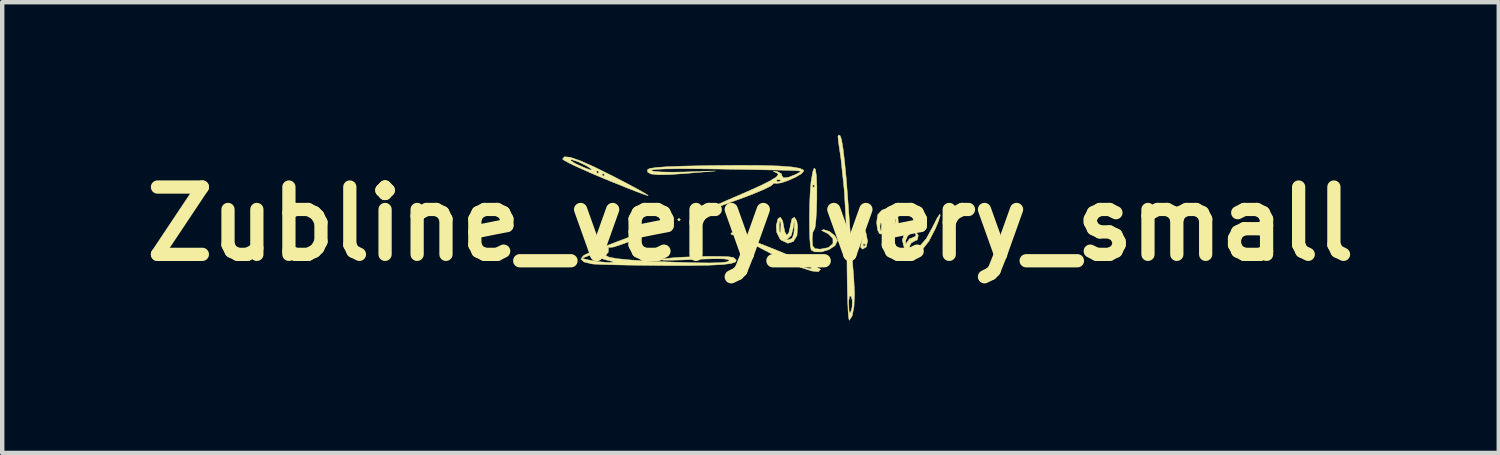
<source format=kicad_pcb>
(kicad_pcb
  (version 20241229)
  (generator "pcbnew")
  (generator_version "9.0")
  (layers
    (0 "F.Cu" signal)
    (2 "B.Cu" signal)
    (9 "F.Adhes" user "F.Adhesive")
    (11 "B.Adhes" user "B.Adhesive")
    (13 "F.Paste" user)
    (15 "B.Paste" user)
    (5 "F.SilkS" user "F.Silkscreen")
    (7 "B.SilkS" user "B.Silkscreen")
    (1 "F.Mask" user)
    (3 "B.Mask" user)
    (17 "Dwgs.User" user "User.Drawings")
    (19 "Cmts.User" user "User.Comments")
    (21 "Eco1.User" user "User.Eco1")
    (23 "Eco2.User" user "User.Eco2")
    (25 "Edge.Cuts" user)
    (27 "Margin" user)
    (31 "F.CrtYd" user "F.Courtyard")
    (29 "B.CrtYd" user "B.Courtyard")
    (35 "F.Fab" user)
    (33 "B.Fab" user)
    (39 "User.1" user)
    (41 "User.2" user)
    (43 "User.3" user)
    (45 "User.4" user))
  (footprint "Zubline_very_very_small"
    (layer "F.Cu")
    (at 13.941 2.019)
    (property "Reference" "Zubline_very_very_small" (at 0 0 0) (layer "F.SilkS") (effects (font (size 1.524 1.524) (thickness 0.3))))
    (attr through_hole)
    (fp_poly (pts (xy -1.587 -0.095) (xy -1.619 -0.064) (xy -1.651 -0.095) (xy -1.619 -0.127) (xy -1.587 -0.095)) (stroke (width 0.01) (type solid)) (fill yes) (layer "F.SilkS"))
    (fp_poly (pts (xy -1.016 -0.286) (xy -1.048 -0.254) (xy -1.079 -0.286) (xy -1.048 -0.318) (xy -1.016 -0.286)) (stroke (width 0.01) (type solid)) (fill yes) (layer "F.SilkS"))
    (fp_poly (pts (xy -0.381 0.222) (xy -0.413 0.254) (xy -0.445 0.222) (xy -0.413 0.191) (xy -0.381 0.222)) (stroke (width 0.01) (type solid)) (fill yes) (layer "F.SilkS"))
    (fp_poly (pts (xy -1.736 -0.042) (xy -1.744 -0.005) (xy -1.778 0) (xy -1.83 -0.023) (xy -1.82 -0.042) (xy -1.745 -0.05) (xy -1.736 -0.042)) (stroke (width 0.01) (type solid)) (fill yes) (layer "F.SilkS"))
    (fp_poly (pts (xy 2.65 -0.102) (xy 2.631 -0.073) (xy 2.566 -0.069) (xy 2.499 -0.084) (xy 2.528 -0.107) (xy 2.627 -0.114) (xy 2.65 -0.102)) (stroke (width 0.01) (type solid)) (fill yes) (layer "F.SilkS"))
    (fp_poly (pts (xy 2.615 0.208) (xy 2.651 0.391) (xy 2.62 0.523) (xy 2.535 0.572) (xy 2.492 0.525) (xy 2.501 0.476) (xy 2.54 0.476) (xy 2.572 0.508) (xy 2.603 0.476) (xy 2.572 0.445) (xy 2.54 0.476) (xy 2.501 0.476) (xy 2.501 0.471) (xy 2.533 0.331) (xy 2.545 0.201) (xy 2.55 0.032) (xy 2.615 0.208)) (stroke (width 0.01) (type solid)) (fill yes) (layer "F.SilkS"))
    (fp_poly (pts (xy 2.032 -1.992) (xy 2.062 -1.904) (xy 2.095 -1.704) (xy 2.131 -1.405) (xy 2.168 -1.02) (xy 2.198 -0.627) (xy 2.23 -0.191) (xy 2.262 0.242) (xy 2.292 0.642) (xy 2.318 0.976) (xy 2.338 1.215) (xy 2.356 1.58) (xy 2.343 1.876) (xy 2.301 2.084) (xy 2.237 2.182) (xy 2.223 2.13) (xy 2.21 1.97) (xy 2.202 1.794) (xy 2.223 1.794) (xy 2.231 1.968) (xy 2.251 2.025) (xy 2.282 1.962) (xy 2.301 1.877) (xy 2.304 1.725) (xy 2.277 1.639) (xy 2.242 1.631) (xy 2.225 1.742) (xy 2.223 1.794) (xy 2.202 1.794) (xy 2.199 1.72) (xy 2.191 1.398) (xy 2.186 1.022) (xy 2.186 0.931) (xy 2.169 0.044) (xy 2.124 -0.746) (xy 2.049 -1.468) (xy 1.994 -1.841) (xy 1.98 -1.981) (xy 2.003 -2.014) (xy 2.032 -1.992)) (stroke (width 0.01) (type solid)) (fill yes) (layer "F.SilkS"))
    (fp_poly (pts (xy 4.295 -0.19) (xy 4.249 -0.047) (xy 4.188 0.102) (xy 4.038 0.393) (xy 3.882 0.59) (xy 3.731 0.686) (xy 3.595 0.676) (xy 3.487 0.551) (xy 3.479 0.535) (xy 3.441 0.382) (xy 3.513 0.382) (xy 3.513 0.464) (xy 3.533 0.429) (xy 3.533 0.429) (xy 3.603 0.334) (xy 3.656 0.318) (xy 3.737 0.279) (xy 3.747 0.249) (xy 3.713 0.187) (xy 3.637 0.202) (xy 3.558 0.271) (xy 3.513 0.373) (xy 3.513 0.382) (xy 3.441 0.382) (xy 3.437 0.365) (xy 3.471 0.265) (xy 3.577 0.177) (xy 3.699 0.168) (xy 3.786 0.235) (xy 3.798 0.27) (xy 3.775 0.364) (xy 3.727 0.381) (xy 3.637 0.434) (xy 3.602 0.503) (xy 3.6 0.592) (xy 3.674 0.589) (xy 3.839 0.496) (xy 3.982 0.331) (xy 4.126 0.067) (xy 4.127 0.064) (xy 4.229 -0.137) (xy 4.287 -0.221) (xy 4.295 -0.19)) (stroke (width 0.01) (type solid)) (fill yes) (layer "F.SilkS"))
    (fp_poly (pts (xy 0.998 -0.145) (xy 0.972 0.075) (xy 0.922 0.261) (xy 0.838 0.342) (xy 0.784 0.363) (xy 0.852 0.361) (xy 0.857 0.361) (xy 0.943 0.327) (xy 0.982 0.224) (xy 0.992 0.095) (xy 0.999 -0.143) (xy 1.046 -0.07) (xy 1.068 0.052) (xy 1.052 0.264) (xy 0.971 0.398) (xy 0.846 0.438) (xy 0.698 0.369) (xy 0.668 0.341) (xy 0.592 0.187) (xy 0.585 0.064) (xy 0.65 0.064) (xy 0.656 0.179) (xy 0.673 0.193) (xy 0.679 0.175) (xy 0.689 0.014) (xy 0.679 -0.048) (xy 0.66 -0.067) (xy 0.65 0.02) (xy 0.65 0.064) (xy 0.585 0.064) (xy 0.584 0.04) (xy 0.621 -0.115) (xy 0.677 -0.151) (xy 0.729 -0.068) (xy 0.75 0.048) (xy 0.779 0.188) (xy 0.821 0.253) (xy 0.826 0.254) (xy 0.869 0.198) (xy 0.899 0.063) (xy 0.901 0.048) (xy 0.938 -0.112) (xy 0.994 -0.151) (xy 0.998 -0.145)) (stroke (width 0.01) (type solid)) (fill yes) (layer "F.SilkS"))
    (fp_poly (pts (xy -0.148 0.311) (xy 0.059 0.387) (xy 0.318 0.487) (xy 0.603 0.601) (xy 0.891 0.719) (xy 1.158 0.831) (xy 1.379 0.927) (xy 1.53 0.997) (xy 1.587 1.032) (xy 1.587 1.032) (xy 1.536 1.082) (xy 1.385 1.066) (xy 1.144 0.987) (xy 0.821 0.847) (xy 0.712 0.794) (xy 0.826 0.794) (xy 0.857 0.826) (xy 0.863 0.82) (xy 0.921 0.82) (xy 1.079 0.916) (xy 1.228 0.987) (xy 1.333 1.012) (xy 1.397 1.004) (xy 1.346 0.966) (xy 1.333 0.958) (xy 1.198 0.9) (xy 1.079 0.862) (xy 0.921 0.82) (xy 0.863 0.82) (xy 0.889 0.794) (xy 0.857 0.762) (xy 0.826 0.794) (xy 0.712 0.794) (xy 0.584 0.73) (xy 0.699 0.73) (xy 0.73 0.762) (xy 0.762 0.73) (xy 0.73 0.699) (xy 0.699 0.73) (xy 0.584 0.73) (xy 0.445 0.661) (xy 0.167 0.516) (xy -0.059 0.396) (xy -0.215 0.311) (xy -0.282 0.27) (xy -0.281 0.268) (xy -0.148 0.311)) (stroke (width 0.01) (type solid)) (fill yes) (layer "F.SilkS"))
    (fp_poly (pts (xy 1.47 -1.234) (xy 1.491 -1.098) (xy 1.502 -0.861) (xy 1.502 -0.572) (xy 1.494 -0.291) (xy 1.48 -0.065) (xy 1.462 0.083) (xy 1.445 0.126) (xy 1.413 0.183) (xy 1.397 0.32) (xy 1.397 0.349) (xy 1.408 0.499) (xy 1.461 0.56) (xy 1.58 0.572) (xy 1.768 0.535) (xy 1.867 0.445) (xy 1.866 0.331) (xy 1.758 0.222) (xy 1.692 0.19) (xy 1.61 0.148) (xy 1.647 0.132) (xy 1.662 0.131) (xy 1.786 0.17) (xy 1.906 0.265) (xy 1.968 0.37) (xy 1.968 0.381) (xy 1.913 0.492) (xy 1.777 0.582) (xy 1.607 0.634) (xy 1.45 0.632) (xy 1.376 0.593) (xy 1.356 0.512) (xy 1.343 0.334) (xy 1.336 0.089) (xy 1.335 -0.192) (xy 1.341 -0.48) (xy 1.353 -0.744) (xy 1.363 -0.857) (xy 1.397 -0.857) (xy 1.429 -0.826) (xy 1.46 -0.857) (xy 1.429 -0.889) (xy 1.397 -0.857) (xy 1.363 -0.857) (xy 1.371 -0.955) (xy 1.374 -0.975) (xy 1.41 -1.18) (xy 1.442 -1.264) (xy 1.47 -1.234)) (stroke (width 0.01) (type solid)) (fill yes) (layer "F.SilkS"))
    (fp_poly (pts (xy -4.081 -1.508) (xy -3.857 -1.431) (xy -3.536 -1.289) (xy -3.113 -1.079) (xy -3.111 -1.078) (xy -2.82 -0.927) (xy -2.58 -0.799) (xy -2.408 -0.702) (xy -2.322 -0.648) (xy -2.318 -0.64) (xy -2.395 -0.663) (xy -2.569 -0.727) (xy -2.817 -0.824) (xy -3.117 -0.945) (xy -3.318 -1.027) (xy -3.516 -1.111) (xy -3.365 -1.111) (xy -3.334 -1.079) (xy -3.302 -1.111) (xy -3.334 -1.143) (xy -3.365 -1.111) (xy -3.516 -1.111) (xy -3.635 -1.162) (xy -3.664 -1.175) (xy -3.493 -1.175) (xy -3.461 -1.143) (xy -3.429 -1.175) (xy -3.461 -1.206) (xy -3.493 -1.175) (xy -3.664 -1.175) (xy -3.906 -1.283) (xy -4.112 -1.381) (xy -4.207 -1.434) (xy -4.071 -1.434) (xy -3.983 -1.376) (xy -3.905 -1.337) (xy -3.718 -1.255) (xy -3.608 -1.219) (xy -3.587 -1.23) (xy -3.667 -1.288) (xy -3.747 -1.333) (xy -3.913 -1.412) (xy -4.045 -1.454) (xy -4.064 -1.456) (xy -4.071 -1.434) (xy -4.207 -1.434) (xy -4.232 -1.448) (xy -4.255 -1.469) (xy -4.212 -1.52) (xy -4.081 -1.508)) (stroke (width 0.01) (type solid)) (fill yes) (layer "F.SilkS"))
    (fp_poly (pts (xy 3.256 -0.326) (xy 3.279 -0.304) (xy 3.335 -0.186) (xy 3.347 -0.019) (xy 3.322 0.149) (xy 3.265 0.276) (xy 3.196 0.318) (xy 3.137 0.291) (xy 3.126 0.194) (xy 3.143 0.067) (xy 3.163 -0.093) (xy 3.142 -0.163) (xy 3.069 -0.175) (xy 3.061 -0.174) (xy 2.975 -0.147) (xy 2.998 -0.065) (xy 3.002 -0.059) (xy 3.036 0.056) (xy 3.02 0.168) (xy 2.967 0.23) (xy 2.921 0.223) (xy 2.878 0.138) (xy 2.868 0.064) (xy 2.931 0.064) (xy 2.941 0.154) (xy 2.963 0.143) (xy 2.971 0.013) (xy 2.963 -0.016) (xy 2.94 -0.024) (xy 2.931 0.064) (xy 2.868 0.064) (xy 2.858 -0.016) (xy 2.857 -0.037) (xy 2.88 -0.206) (xy 2.967 -0.303) (xy 2.976 -0.308) (xy 3.053 -0.308) (xy 3.085 -0.274) (xy 3.133 -0.246) (xy 3.211 -0.166) (xy 3.226 -0.031) (xy 3.216 0.054) (xy 3.182 0.286) (xy 3.25 0.083) (xy 3.287 -0.086) (xy 3.282 -0.215) (xy 3.28 -0.219) (xy 3.192 -0.303) (xy 3.129 -0.316) (xy 3.053 -0.308) (xy 2.976 -0.308) (xy 3.019 -0.33) (xy 3.156 -0.37) (xy 3.256 -0.326)) (stroke (width 0.01) (type solid)) (fill yes) (layer "F.SilkS"))
    (fp_poly (pts (xy 0.255 -1.323) (xy 0.649 -1.311) (xy 0.933 -1.289) (xy 1.115 -1.259) (xy 1.199 -1.218) (xy 1.206 -1.198) (xy 1.153 -1.136) (xy 1.02 -1.058) (xy 0.852 -0.982) (xy 0.692 -0.929) (xy 0.584 -0.916) (xy 0.571 -0.921) (xy 0.513 -0.92) (xy 0.508 -0.9) (xy 0.452 -0.855) (xy 0.3 -0.78) (xy 0.078 -0.686) (xy -0.143 -0.601) (xy -0.475 -0.48) (xy -0.706 -0.396) (xy -0.852 -0.344) (xy -0.932 -0.319) (xy -0.962 -0.314) (xy -0.96 -0.323) (xy -0.953 -0.332) (xy -0.883 -0.372) (xy -0.727 -0.446) (xy -0.516 -0.539) (xy -0.476 -0.556) (xy -0.058 -0.737) (xy 0.253 -0.878) (xy 0.464 -0.985) (xy 0.479 -0.995) (xy 0.593 -0.995) (xy 0.601 -0.957) (xy 0.635 -0.953) (xy 0.687 -0.976) (xy 0.677 -0.995) (xy 0.602 -1.002) (xy 0.593 -0.995) (xy 0.479 -0.995) (xy 0.586 -1.062) (xy 0.629 -1.116) (xy 0.603 -1.151) (xy 0.597 -1.154) (xy 0.515 -1.192) (xy 0.552 -1.194) (xy 0.603 -1.186) (xy 0.698 -1.138) (xy 0.713 -1.087) (xy 0.747 -1.042) (xy 0.861 -1.055) (xy 1.024 -1.119) (xy 1.079 -1.149) (xy 1.113 -1.166) (xy 1.135 -1.18) (xy 1.134 -1.191) (xy 1.097 -1.199) (xy 1.011 -1.206) (xy 0.864 -1.212) (xy 0.642 -1.218) (xy 0.333 -1.224) (xy -0.075 -1.232) (xy -0.596 -1.24) (xy -0.686 -1.242) (xy -1.185 -1.248) (xy -1.6 -1.249) (xy -1.922 -1.245) (xy -2.142 -1.235) (xy -2.248 -1.22) (xy -2.257 -1.211) (xy -2.182 -1.189) (xy -2.006 -1.175) (xy -1.755 -1.171) (xy -1.507 -1.175) (xy -0.794 -1.198) (xy -1.46 -1.143) (xy -1.834 -1.117) (xy -2.095 -1.113) (xy -2.256 -1.131) (xy -2.329 -1.173) (xy -2.332 -1.228) (xy -2.278 -1.255) (xy -2.13 -1.277) (xy -1.881 -1.295) (xy -1.523 -1.308) (xy -1.048 -1.318) (xy -0.884 -1.321) (xy -0.254 -1.326) (xy 0.255 -1.323)) (stroke (width 0.01) (type solid)) (fill yes) (layer "F.SilkS"))
    (fp_poly (pts (xy -1.965 0.056) (xy -2.094 0.125) (xy -2.285 0.212) (xy -2.51 0.308) (xy -2.741 0.399) (xy -2.95 0.475) (xy -3.107 0.524) (xy -3.185 0.533) (xy -3.186 0.533) (xy -3.229 0.527) (xy -3.216 0.557) (xy -3.221 0.646) (xy -3.251 0.674) (xy -3.276 0.718) (xy -3.198 0.755) (xy -3.012 0.788) (xy -2.714 0.817) (xy -2.299 0.843) (xy -1.762 0.865) (xy -1.74 0.866) (xy -1.276 0.88) (xy -0.928 0.884) (xy -0.687 0.878) (xy -0.542 0.862) (xy -0.483 0.836) (xy -0.5 0.807) (xy -0.604 0.791) (xy -0.807 0.788) (xy -1.121 0.798) (xy -1.251 0.804) (xy -1.552 0.816) (xy -1.797 0.822) (xy -1.965 0.821) (xy -2.032 0.814) (xy -2.032 0.811) (xy -1.95 0.789) (xy -1.771 0.769) (xy -1.527 0.753) (xy -1.247 0.741) (xy -0.963 0.735) (xy -0.706 0.736) (xy -0.504 0.743) (xy -0.391 0.759) (xy -0.381 0.764) (xy -0.322 0.819) (xy -0.339 0.863) (xy -0.441 0.896) (xy -0.635 0.92) (xy -0.931 0.935) (xy -1.336 0.942) (xy -1.859 0.942) (xy -1.937 0.942) (xy -2.366 0.938) (xy -2.763 0.933) (xy -3.105 0.926) (xy -3.373 0.918) (xy -3.545 0.91) (xy -3.588 0.906) (xy -3.771 0.861) (xy -3.839 0.798) (xy -3.82 0.77) (xy -3.802 0.77) (xy -3.791 0.787) (xy -3.692 0.811) (xy -3.541 0.838) (xy -3.375 0.861) (xy -3.231 0.873) (xy -3.207 0.873) (xy -3.107 0.867) (xy -3.126 0.85) (xy -3.143 0.846) (xy -3.324 0.801) (xy -3.401 0.761) (xy -3.395 0.707) (xy -3.36 0.66) (xy -3.319 0.601) (xy -3.348 0.595) (xy -3.468 0.639) (xy -3.519 0.66) (xy -3.68 0.726) (xy -3.787 0.766) (xy -3.802 0.77) (xy -3.82 0.77) (xy -3.787 0.723) (xy -3.751 0.701) (xy -3.634 0.647) (xy -3.437 0.566) (xy -3.186 0.467) (xy -2.905 0.36) (xy -2.619 0.253) (xy -2.354 0.156) (xy -2.134 0.079) (xy -1.983 0.03) (xy -1.928 0.019) (xy -1.965 0.056)) (stroke (width 0.01) (type solid)) (fill yes) (layer "F.SilkS")))
  (gr_rect
    (start -3 -3)
    (end 30.882 7.205)
    (stroke (width 0.1) (type default))
    (fill no)
    (layer "Edge.Cuts")))
</source>
